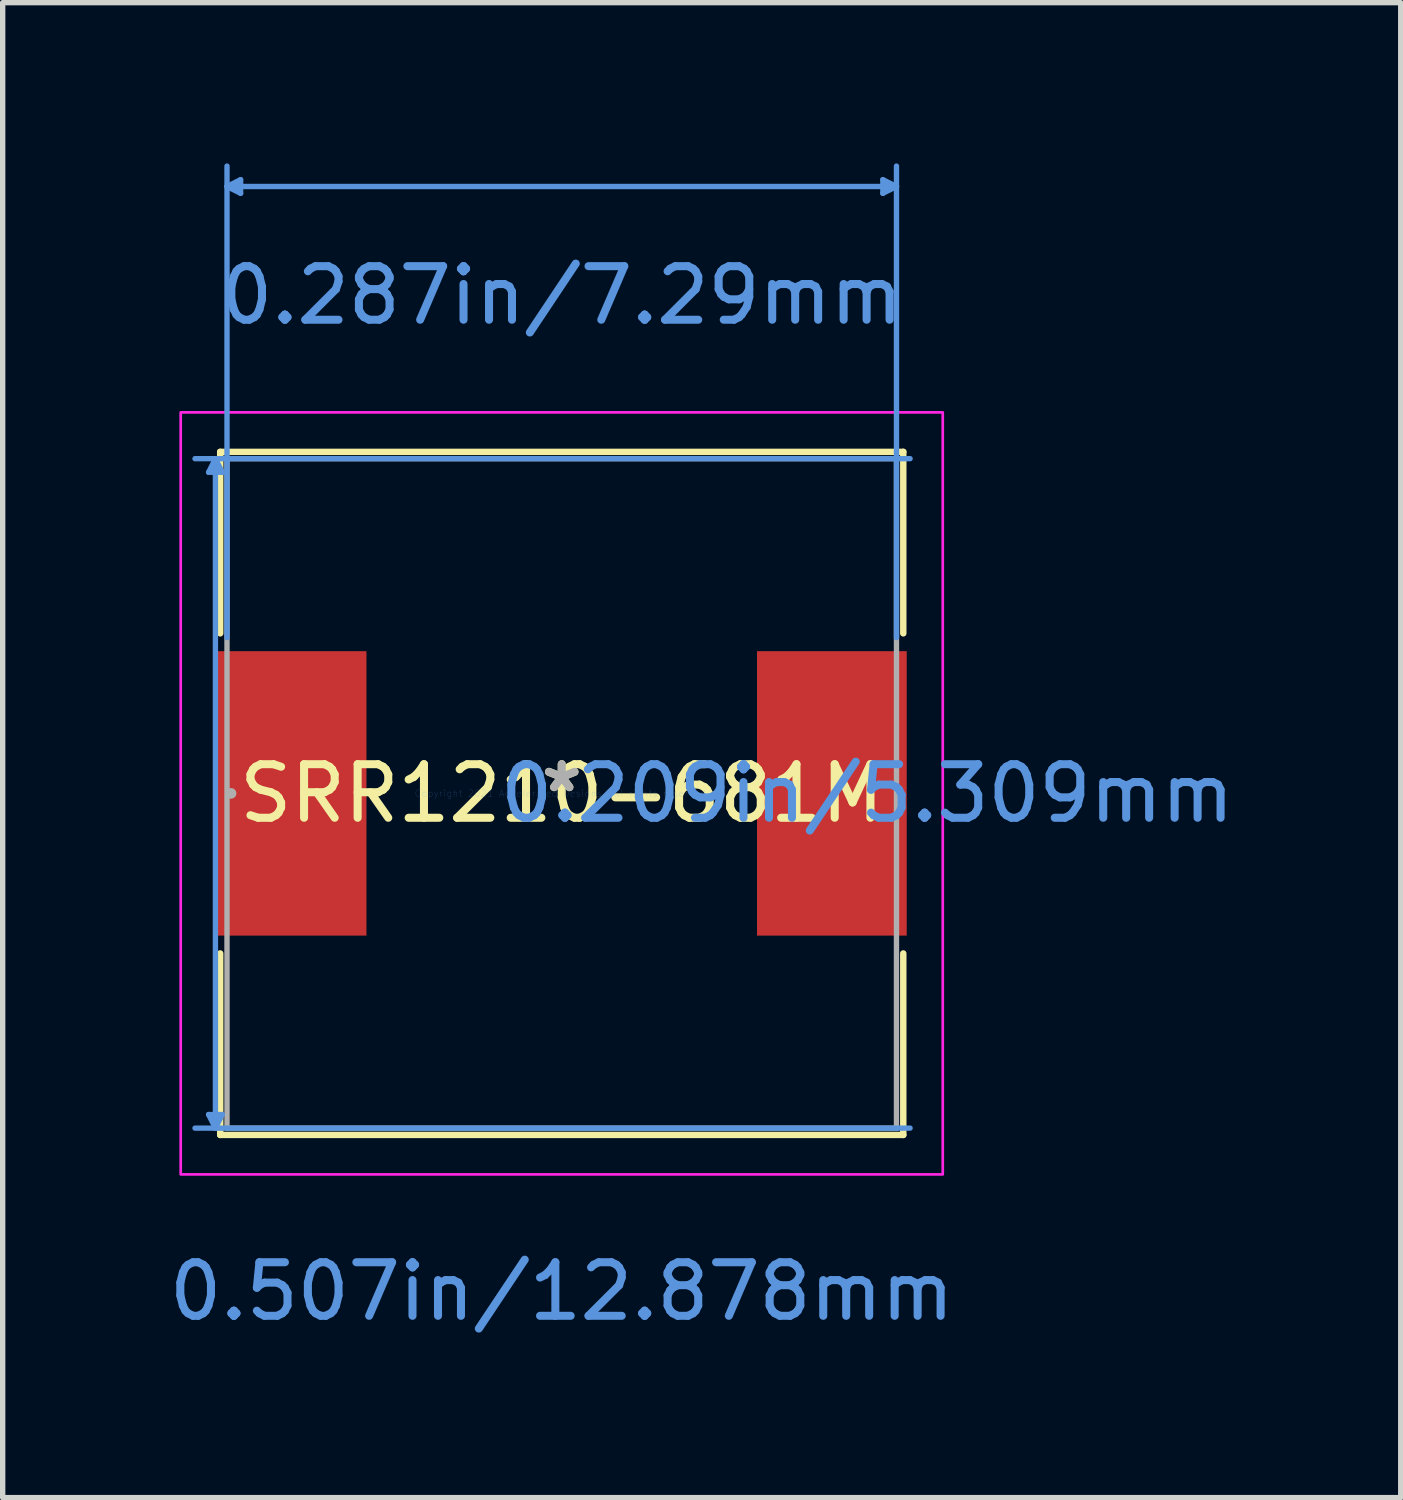
<source format=kicad_pcb>
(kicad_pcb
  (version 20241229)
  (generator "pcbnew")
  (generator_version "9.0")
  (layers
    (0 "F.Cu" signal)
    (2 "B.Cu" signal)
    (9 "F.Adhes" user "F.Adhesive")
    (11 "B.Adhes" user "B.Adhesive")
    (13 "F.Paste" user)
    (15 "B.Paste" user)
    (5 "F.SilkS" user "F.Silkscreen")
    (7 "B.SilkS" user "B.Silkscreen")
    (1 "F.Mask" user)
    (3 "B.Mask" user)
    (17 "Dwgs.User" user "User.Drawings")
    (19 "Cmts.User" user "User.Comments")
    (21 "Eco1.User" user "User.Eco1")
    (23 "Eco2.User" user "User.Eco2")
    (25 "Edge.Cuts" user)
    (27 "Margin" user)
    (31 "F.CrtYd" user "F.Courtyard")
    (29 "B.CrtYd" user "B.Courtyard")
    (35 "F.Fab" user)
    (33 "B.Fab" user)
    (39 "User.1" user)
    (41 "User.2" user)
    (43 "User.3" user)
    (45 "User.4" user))
  (footprint "SRR1210-681M"
    (layer "F.Cu")
    (at 7.435 11.759)
    (property "Reference" "SRR1210-681M" (at 0 0 0) (layer "F.SilkS") (effects (font (size 1 1) (thickness 0.15))))
    (attr through_hole)
    (fp_line (start -6.375 -6.375) (end -6.375 -2.987) (stroke (width 0.12) (type solid)) (layer "F.SilkS"))
    (fp_line (start -6.375 2.987) (end -6.375 6.375) (stroke (width 0.12) (type solid)) (layer "F.SilkS"))
    (fp_line (start -6.375 6.375) (end 6.375 6.375) (stroke (width 0.12) (type solid)) (layer "F.SilkS"))
    (fp_line (start 6.375 -6.375) (end -6.375 -6.375) (stroke (width 0.12) (type solid)) (layer "F.SilkS"))
    (fp_line (start 6.375 -2.987) (end 6.375 -6.375) (stroke (width 0.12) (type solid)) (layer "F.SilkS"))
    (fp_line (start 6.375 6.375) (end 6.375 2.987) (stroke (width 0.12) (type solid)) (layer "F.SilkS"))
    (fp_line (start -6.591 -5.994) (end -6.337 -5.994) (stroke (width 0.1) (type solid)) (layer "Cmts.User"))
    (fp_line (start -6.591 5.994) (end -6.337 5.994) (stroke (width 0.1) (type solid)) (layer "Cmts.User"))
    (fp_line (start -6.464 -6.248) (end -6.591 -5.994) (stroke (width 0.1) (type solid)) (layer "Cmts.User"))
    (fp_line (start -6.464 -6.248) (end -6.464 6.248) (stroke (width 0.1) (type solid)) (layer "Cmts.User"))
    (fp_line (start -6.464 -6.248) (end -6.337 -5.994) (stroke (width 0.1) (type solid)) (layer "Cmts.User"))
    (fp_line (start -6.464 6.248) (end -6.591 5.994) (stroke (width 0.1) (type solid)) (layer "Cmts.User"))
    (fp_line (start -6.464 6.248) (end -6.337 5.994) (stroke (width 0.1) (type solid)) (layer "Cmts.User"))
    (fp_line (start -6.248 -11.328) (end -5.994 -11.455) (stroke (width 0.1) (type solid)) (layer "Cmts.User"))
    (fp_line (start -6.248 -11.328) (end -5.994 -11.201) (stroke (width 0.1) (type solid)) (layer "Cmts.User"))
    (fp_line (start -6.248 -11.328) (end 6.248 -11.328) (stroke (width 0.1) (type solid)) (layer "Cmts.User"))
    (fp_line (start -6.248 -2.908) (end -6.248 -11.709) (stroke (width 0.1) (type solid)) (layer "Cmts.User"))
    (fp_line (start -5.994 -11.455) (end -5.994 -11.201) (stroke (width 0.1) (type solid)) (layer "Cmts.User"))
    (fp_line (start 5.994 -11.455) (end 5.994 -11.201) (stroke (width 0.1) (type solid)) (layer "Cmts.User"))
    (fp_line (start 6.248 -11.328) (end 5.994 -11.455) (stroke (width 0.1) (type solid)) (layer "Cmts.User"))
    (fp_line (start 6.248 -11.328) (end 5.994 -11.201) (stroke (width 0.1) (type solid)) (layer "Cmts.User"))
    (fp_line (start 6.248 -2.908) (end 6.248 -11.709) (stroke (width 0.1) (type solid)) (layer "Cmts.User"))
    (fp_line (start 6.502 -6.248) (end -6.845 -6.248) (stroke (width 0.1) (type solid)) (layer "Cmts.User"))
    (fp_line (start 6.502 6.248) (end -6.845 6.248) (stroke (width 0.1) (type solid)) (layer "Cmts.User"))
    (fp_rect (start -7.112 -7.112) (end 7.112 7.112) (stroke (width 0.05) (type solid)) (fill no) (layer "F.CrtYd"))
    (fp_line (start -6.248 -6.248) (end -6.248 6.248) (stroke (width 0.1) (type solid)) (layer "F.Fab"))
    (fp_line (start -6.248 6.248) (end 6.248 6.248) (stroke (width 0.1) (type solid)) (layer "F.Fab"))
    (fp_line (start 6.248 -6.248) (end -6.248 -6.248) (stroke (width 0.1) (type solid)) (layer "F.Fab"))
    (fp_line (start 6.248 6.248) (end 6.248 -6.248) (stroke (width 0.1) (type solid)) (layer "F.Fab"))
    (fp_circle (center -6.172 0) (end -6.172 0) (stroke (width 0.1) (type solid)) (fill no) (layer "F.Fab"))
    (fp_text user "*" (at 0 0 0) (layer "F.SilkS") (effects (font (size 1 1) (thickness 0.15))))
    (fp_text user "0.209in/5.309mm" (at 5.702 0 0) (layer "Cmts.User") (effects (font (size 1 1) (thickness 0.15))))
    (fp_text user "0.287in/7.29mm" (at 0 -9.296 0) (layer "Cmts.User") (effects (font (size 1 1) (thickness 0.15))))
    (fp_text user "Copyright 2021 Accelerated Designs. All rights reserved." (at 0 0 0) (layer "Cmts.User") (effects (font (size 0.127 0.127) (thickness 0.002))))
    (fp_text user "0.507in/12.878mm" (at 0 9.296 0) (layer "Cmts.User") (effects (font (size 1 1) (thickness 0.15))))
    (fp_text user "*" (at 0 0 0) (layer "F.Fab") (effects (font (size 1 1) (thickness 0.15))))
    (pad "1" smd rect (at -5.042 0) (size 2.794 5.309) (layers "F.Cu" "F.Mask" "F.Paste"))
    (pad "2" smd rect (at 5.042 0) (size 2.794 5.309) (layers "F.Cu" "F.Mask" "F.Paste")))
  (gr_rect
    (start -3 -3)
    (end 23.095 24.904)
    (stroke (width 0.1) (type default))
    (fill no)
    (layer "Edge.Cuts")))
</source>
